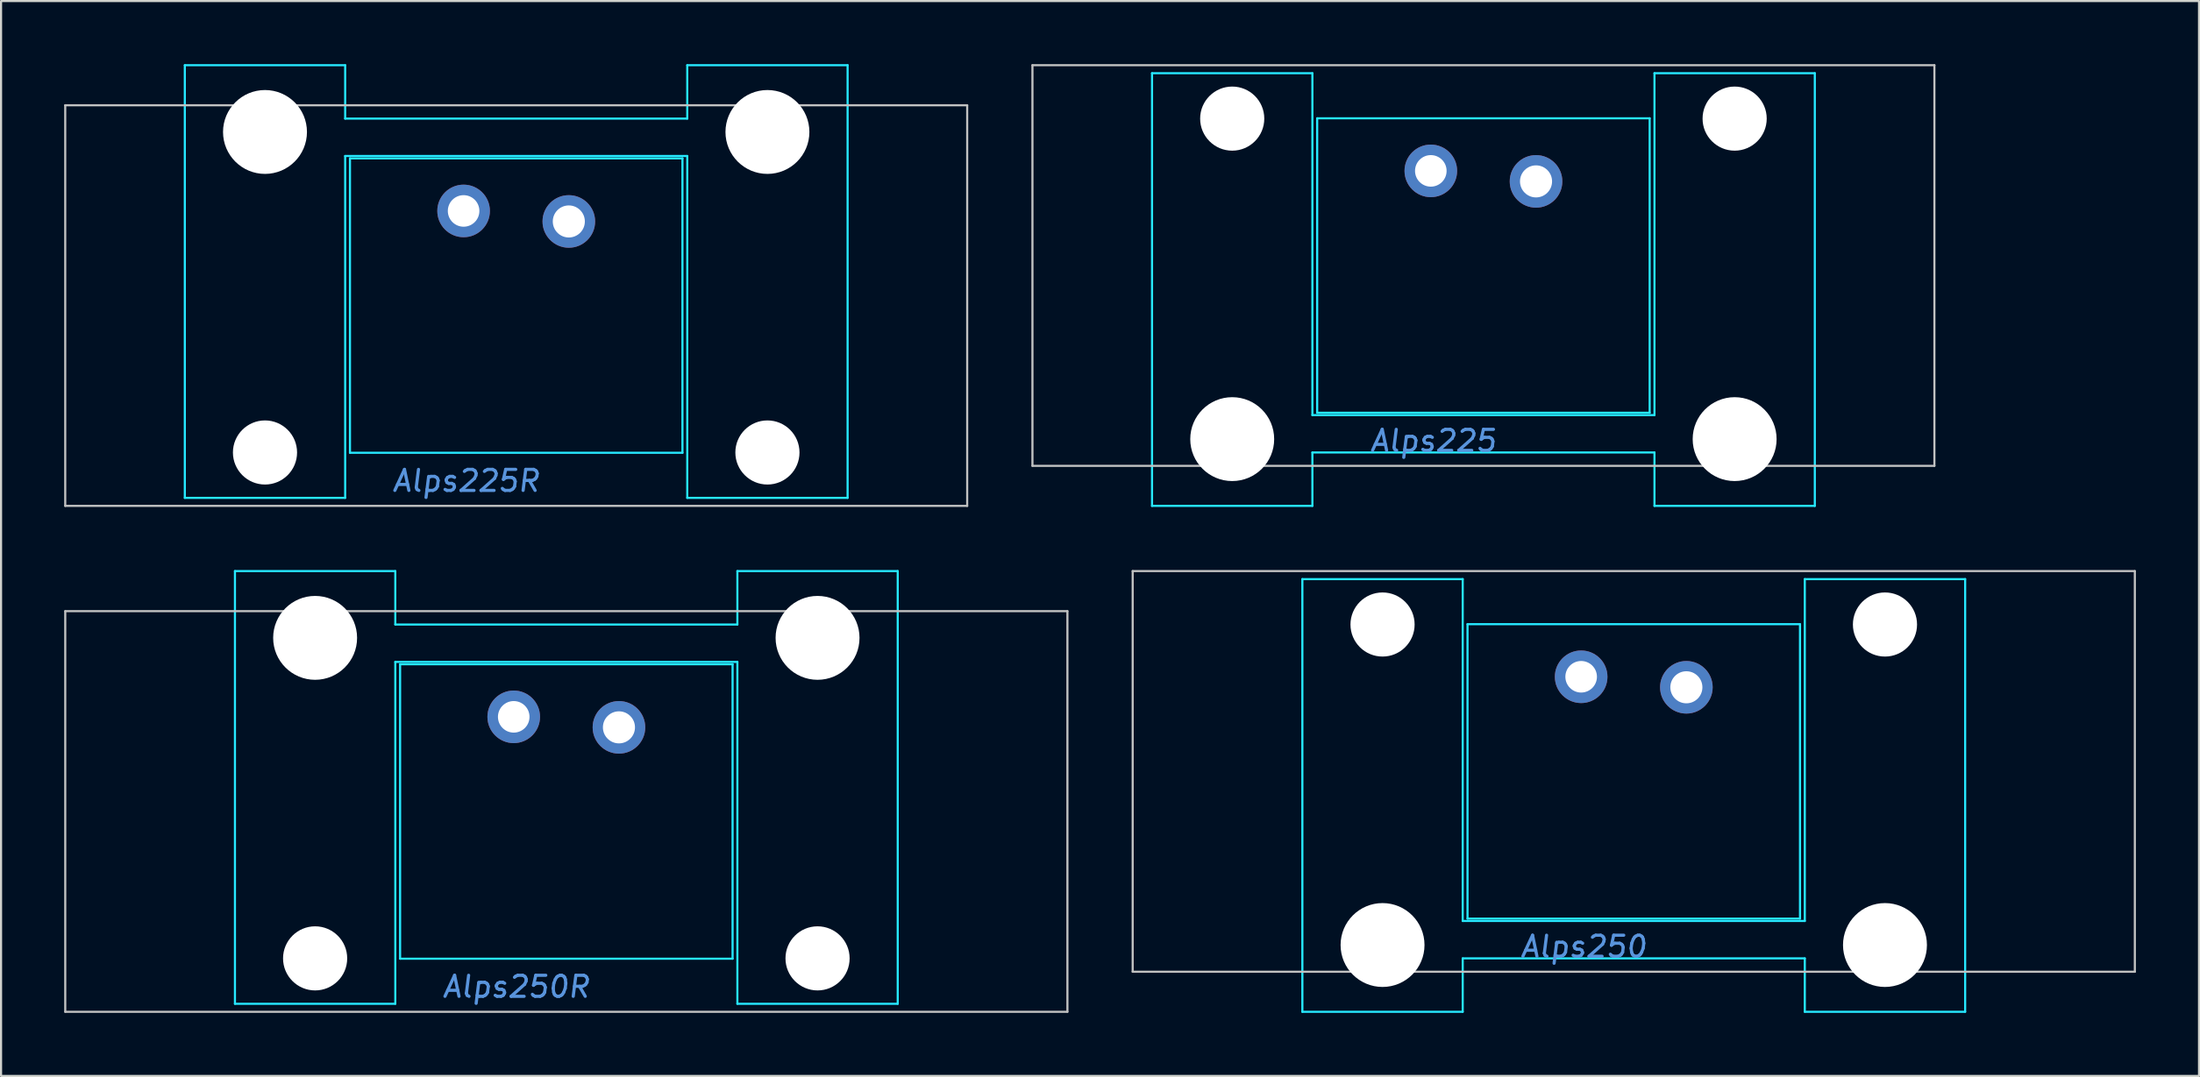
<source format=kicad_pcb>
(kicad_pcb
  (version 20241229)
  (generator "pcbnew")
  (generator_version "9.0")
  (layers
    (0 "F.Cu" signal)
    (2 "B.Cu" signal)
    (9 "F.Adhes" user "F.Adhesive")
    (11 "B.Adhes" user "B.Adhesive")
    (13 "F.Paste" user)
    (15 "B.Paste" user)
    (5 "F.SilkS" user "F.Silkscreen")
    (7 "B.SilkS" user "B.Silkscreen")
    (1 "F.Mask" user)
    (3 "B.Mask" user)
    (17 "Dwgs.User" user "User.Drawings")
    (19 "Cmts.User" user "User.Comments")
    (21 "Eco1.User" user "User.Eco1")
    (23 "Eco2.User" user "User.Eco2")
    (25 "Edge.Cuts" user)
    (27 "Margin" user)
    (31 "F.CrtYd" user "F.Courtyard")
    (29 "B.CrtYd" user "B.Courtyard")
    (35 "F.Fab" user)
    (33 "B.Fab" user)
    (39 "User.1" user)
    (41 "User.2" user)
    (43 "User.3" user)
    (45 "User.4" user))
  (footprint "Alps225"
    (layer "F.Cu")
    (at 67.444 9.575)
    (property "Reference" "Alps225" (at -2.381 8.334 0) (layer "Cmts.User") (effects (font (size 1 1) (thickness 0.15) (italic yes))))
    (attr through_hole)
    (fp_line (start -21.431 -9.525) (end -21.431 9.525) (stroke (width 0.1) (type solid)) (layer "Dwgs.User"))
    (fp_line (start 21.431 -9.525) (end -21.431 -9.525) (stroke (width 0.1) (type solid)) (layer "Dwgs.User"))
    (fp_line (start 21.431 -9.525) (end 21.431 9.525) (stroke (width 0.1) (type solid)) (layer "Dwgs.User"))
    (fp_line (start 21.431 9.525) (end -21.431 9.525) (stroke (width 0.1) (type solid)) (layer "Dwgs.User"))
    (fp_line (start -15.748 -9.144) (end -8.128 -9.144) (stroke (width 0.1) (type solid)) (layer "B.CrtYd"))
    (fp_line (start -15.748 11.43) (end -15.748 -9.144) (stroke (width 0.1) (type solid)) (layer "B.CrtYd"))
    (fp_line (start -8.128 -9.144) (end -8.128 7.112) (stroke (width 0.1) (type solid)) (layer "B.CrtYd"))
    (fp_line (start -8.128 7.112) (end 8.128 7.112) (stroke (width 0.1) (type solid)) (layer "B.CrtYd"))
    (fp_line (start -8.128 8.89) (end 8.128 8.89) (stroke (width 0.1) (type solid)) (layer "B.CrtYd"))
    (fp_line (start -8.128 11.43) (end -15.748 11.43) (stroke (width 0.1) (type solid)) (layer "B.CrtYd"))
    (fp_line (start -8.128 11.43) (end -8.128 8.89) (stroke (width 0.1) (type solid)) (layer "B.CrtYd"))
    (fp_line (start -7.9 -7) (end -7.9 7) (stroke (width 0.1) (type solid)) (layer "B.CrtYd"))
    (fp_line (start 7.9 -7) (end -7.9 -7) (stroke (width 0.1) (type solid)) (layer "B.CrtYd"))
    (fp_line (start 7.9 -7) (end 7.9 7) (stroke (width 0.1) (type solid)) (layer "B.CrtYd"))
    (fp_line (start 7.9 7) (end -7.9 7) (stroke (width 0.1) (type solid)) (layer "B.CrtYd"))
    (fp_line (start 8.128 -9.144) (end 8.128 7.112) (stroke (width 0.1) (type solid)) (layer "B.CrtYd"))
    (fp_line (start 8.128 -9.144) (end 15.748 -9.144) (stroke (width 0.1) (type solid)) (layer "B.CrtYd"))
    (fp_line (start 8.128 11.43) (end 8.128 8.89) (stroke (width 0.1) (type solid)) (layer "B.CrtYd"))
    (fp_line (start 15.748 -9.144) (end 15.748 11.43) (stroke (width 0.1) (type solid)) (layer "B.CrtYd"))
    (fp_line (start 15.748 11.43) (end 8.128 11.43) (stroke (width 0.1) (type solid)) (layer "B.CrtYd"))
    (pad "" np_thru_hole circle (at -11.938 -6.985 180) (size 3.048 3.048) (drill 3.048) (layers "*.Cu" "*.Mask"))
    (pad "" np_thru_hole circle (at -11.938 8.255 180) (size 3.988 3.988) (drill 3.988) (layers "*.Cu" "*.Mask"))
    (pad "" np_thru_hole circle (at 11.938 -6.985 180) (size 3.048 3.048) (drill 3.048) (layers "*.Cu" "*.Mask"))
    (pad "" np_thru_hole circle (at 11.938 8.255 180) (size 3.988 3.988) (drill 3.988) (layers "*.Cu" "*.Mask"))
    (pad "1" thru_hole circle (at -2.5 -4.5 45) (size 2.5 2.5) (drill 1.5) (layers "*.Cu" "*.Mask"))
    (pad "2" thru_hole circle (at 2.5 -4 45) (size 2.5 2.5) (drill 1.524) (layers "*.Cu" "*.Mask")))
  (footprint "Alps250R"
    (layer "F.Cu")
    (at 23.863 35.535)
    (property "Reference" "Alps250R" (at -2.381 8.334 0) (layer "Cmts.User") (effects (font (size 1 1) (thickness 0.15) (italic yes))))
    (attr through_hole)
    (fp_line (start -23.812 -9.525) (end -23.812 9.525) (stroke (width 0.1) (type solid)) (layer "Dwgs.User"))
    (fp_line (start 23.812 -9.525) (end -23.812 -9.525) (stroke (width 0.1) (type solid)) (layer "Dwgs.User"))
    (fp_line (start 23.812 -9.525) (end 23.812 9.525) (stroke (width 0.1) (type solid)) (layer "Dwgs.User"))
    (fp_line (start 23.812 9.525) (end -23.812 9.525) (stroke (width 0.1) (type solid)) (layer "Dwgs.User"))
    (fp_line (start -15.748 -11.43) (end -8.128 -11.43) (stroke (width 0.1) (type solid)) (layer "B.CrtYd"))
    (fp_line (start -15.748 9.144) (end -15.748 -11.43) (stroke (width 0.1) (type solid)) (layer "B.CrtYd"))
    (fp_line (start -8.128 -11.43) (end -8.128 -8.89) (stroke (width 0.1) (type solid)) (layer "B.CrtYd"))
    (fp_line (start -8.128 9.144) (end -15.748 9.144) (stroke (width 0.1) (type solid)) (layer "B.CrtYd"))
    (fp_line (start -8.128 9.144) (end -8.128 -7.112) (stroke (width 0.1) (type solid)) (layer "B.CrtYd"))
    (fp_line (start -7.9 -7) (end 7.9 -7) (stroke (width 0.1) (type solid)) (layer "B.CrtYd"))
    (fp_line (start -7.9 7) (end -7.9 -7) (stroke (width 0.1) (type solid)) (layer "B.CrtYd"))
    (fp_line (start -7.9 7) (end 7.9 7) (stroke (width 0.1) (type solid)) (layer "B.CrtYd"))
    (fp_line (start 7.9 7) (end 7.9 -7) (stroke (width 0.1) (type solid)) (layer "B.CrtYd"))
    (fp_line (start 8.128 -11.43) (end 8.128 -8.89) (stroke (width 0.1) (type solid)) (layer "B.CrtYd"))
    (fp_line (start 8.128 -11.43) (end 15.748 -11.43) (stroke (width 0.1) (type solid)) (layer "B.CrtYd"))
    (fp_line (start 8.128 -8.89) (end -8.128 -8.89) (stroke (width 0.1) (type solid)) (layer "B.CrtYd"))
    (fp_line (start 8.128 -7.112) (end -8.128 -7.112) (stroke (width 0.1) (type solid)) (layer "B.CrtYd"))
    (fp_line (start 8.128 9.144) (end 8.128 -7.112) (stroke (width 0.1) (type solid)) (layer "B.CrtYd"))
    (fp_line (start 15.748 -11.43) (end 15.748 9.144) (stroke (width 0.1) (type solid)) (layer "B.CrtYd"))
    (fp_line (start 15.748 9.144) (end 8.128 9.144) (stroke (width 0.1) (type solid)) (layer "B.CrtYd"))
    (pad "" np_thru_hole circle (at -11.938 -8.255) (size 3.988 3.988) (drill 3.988) (layers "*.Cu" "*.Mask"))
    (pad "" np_thru_hole circle (at -11.938 6.985) (size 3.048 3.048) (drill 3.048) (layers "*.Cu" "*.Mask"))
    (pad "" np_thru_hole circle (at 11.938 -8.255) (size 3.988 3.988) (drill 3.988) (layers "*.Cu" "*.Mask"))
    (pad "" np_thru_hole circle (at 11.938 6.985) (size 3.048 3.048) (drill 3.048) (layers "*.Cu" "*.Mask"))
    (pad "1" thru_hole circle (at -2.5 -4.5 45) (size 2.5 2.5) (drill 1.5) (layers "*.Cu" "*.Mask"))
    (pad "2" thru_hole circle (at 2.5 -4 45) (size 2.5 2.5) (drill 1.524) (layers "*.Cu" "*.Mask")))
  (footprint "Alps250"
    (layer "F.Cu")
    (at 74.588 33.63)
    (property "Reference" "Alps250" (at -2.381 8.334 0) (layer "Cmts.User") (effects (font (size 1 1) (thickness 0.15) (italic yes))))
    (attr through_hole)
    (fp_line (start -23.812 -9.525) (end -23.812 9.525) (stroke (width 0.1) (type solid)) (layer "Dwgs.User"))
    (fp_line (start 23.812 -9.525) (end -23.812 -9.525) (stroke (width 0.1) (type solid)) (layer "Dwgs.User"))
    (fp_line (start 23.812 -9.525) (end 23.812 9.525) (stroke (width 0.1) (type solid)) (layer "Dwgs.User"))
    (fp_line (start 23.812 9.525) (end -23.812 9.525) (stroke (width 0.1) (type solid)) (layer "Dwgs.User"))
    (fp_line (start -15.748 -9.144) (end -8.128 -9.144) (stroke (width 0.1) (type solid)) (layer "B.CrtYd"))
    (fp_line (start -15.748 11.43) (end -15.748 -9.144) (stroke (width 0.1) (type solid)) (layer "B.CrtYd"))
    (fp_line (start -8.128 -9.144) (end -8.128 7.112) (stroke (width 0.1) (type solid)) (layer "B.CrtYd"))
    (fp_line (start -8.128 7.112) (end 8.128 7.112) (stroke (width 0.1) (type solid)) (layer "B.CrtYd"))
    (fp_line (start -8.128 8.89) (end 8.128 8.89) (stroke (width 0.1) (type solid)) (layer "B.CrtYd"))
    (fp_line (start -8.128 11.43) (end -15.748 11.43) (stroke (width 0.1) (type solid)) (layer "B.CrtYd"))
    (fp_line (start -8.128 11.43) (end -8.128 8.89) (stroke (width 0.1) (type solid)) (layer "B.CrtYd"))
    (fp_line (start -7.9 -7) (end -7.9 7) (stroke (width 0.1) (type solid)) (layer "B.CrtYd"))
    (fp_line (start 7.9 -7) (end -7.9 -7) (stroke (width 0.1) (type solid)) (layer "B.CrtYd"))
    (fp_line (start 7.9 -7) (end 7.9 7) (stroke (width 0.1) (type solid)) (layer "B.CrtYd"))
    (fp_line (start 7.9 7) (end -7.9 7) (stroke (width 0.1) (type solid)) (layer "B.CrtYd"))
    (fp_line (start 8.128 -9.144) (end 8.128 7.112) (stroke (width 0.1) (type solid)) (layer "B.CrtYd"))
    (fp_line (start 8.128 -9.144) (end 15.748 -9.144) (stroke (width 0.1) (type solid)) (layer "B.CrtYd"))
    (fp_line (start 8.128 11.43) (end 8.128 8.89) (stroke (width 0.1) (type solid)) (layer "B.CrtYd"))
    (fp_line (start 15.748 -9.144) (end 15.748 11.43) (stroke (width 0.1) (type solid)) (layer "B.CrtYd"))
    (fp_line (start 15.748 11.43) (end 8.128 11.43) (stroke (width 0.1) (type solid)) (layer "B.CrtYd"))
    (pad "" np_thru_hole circle (at -11.938 -6.985 180) (size 3.048 3.048) (drill 3.048) (layers "*.Cu" "*.Mask"))
    (pad "" np_thru_hole circle (at -11.938 8.255 180) (size 3.988 3.988) (drill 3.988) (layers "*.Cu" "*.Mask"))
    (pad "" np_thru_hole circle (at 11.938 -6.985 180) (size 3.048 3.048) (drill 3.048) (layers "*.Cu" "*.Mask"))
    (pad "" np_thru_hole circle (at 11.938 8.255 180) (size 3.988 3.988) (drill 3.988) (layers "*.Cu" "*.Mask"))
    (pad "1" thru_hole circle (at -2.5 -4.5 45) (size 2.5 2.5) (drill 1.5) (layers "*.Cu" "*.Mask"))
    (pad "2" thru_hole circle (at 2.5 -4 45) (size 2.5 2.5) (drill 1.524) (layers "*.Cu" "*.Mask")))
  (footprint "Alps225R"
    (layer "F.Cu")
    (at 21.481 11.48)
    (property "Reference" "Alps225R" (at -2.381 8.334 0) (layer "Cmts.User") (effects (font (size 1 1) (thickness 0.15) (italic yes))))
    (attr through_hole)
    (fp_line (start -21.431 -9.525) (end -21.431 9.525) (stroke (width 0.1) (type solid)) (layer "Dwgs.User"))
    (fp_line (start 21.431 -9.525) (end -21.431 -9.525) (stroke (width 0.1) (type solid)) (layer "Dwgs.User"))
    (fp_line (start 21.431 -9.525) (end 21.431 9.525) (stroke (width 0.1) (type solid)) (layer "Dwgs.User"))
    (fp_line (start 21.431 9.525) (end -21.431 9.525) (stroke (width 0.1) (type solid)) (layer "Dwgs.User"))
    (fp_line (start -15.748 -11.43) (end -8.128 -11.43) (stroke (width 0.1) (type solid)) (layer "B.CrtYd"))
    (fp_line (start -15.748 9.144) (end -15.748 -11.43) (stroke (width 0.1) (type solid)) (layer "B.CrtYd"))
    (fp_line (start -8.128 -11.43) (end -8.128 -8.89) (stroke (width 0.1) (type solid)) (layer "B.CrtYd"))
    (fp_line (start -8.128 9.144) (end -15.748 9.144) (stroke (width 0.1) (type solid)) (layer "B.CrtYd"))
    (fp_line (start -8.128 9.144) (end -8.128 -7.112) (stroke (width 0.1) (type solid)) (layer "B.CrtYd"))
    (fp_line (start -7.9 -7) (end 7.9 -7) (stroke (width 0.1) (type solid)) (layer "B.CrtYd"))
    (fp_line (start -7.9 7) (end -7.9 -7) (stroke (width 0.1) (type solid)) (layer "B.CrtYd"))
    (fp_line (start -7.9 7) (end 7.9 7) (stroke (width 0.1) (type solid)) (layer "B.CrtYd"))
    (fp_line (start 7.9 7) (end 7.9 -7) (stroke (width 0.1) (type solid)) (layer "B.CrtYd"))
    (fp_line (start 8.128 -11.43) (end 8.128 -8.89) (stroke (width 0.1) (type solid)) (layer "B.CrtYd"))
    (fp_line (start 8.128 -11.43) (end 15.748 -11.43) (stroke (width 0.1) (type solid)) (layer "B.CrtYd"))
    (fp_line (start 8.128 -8.89) (end -8.128 -8.89) (stroke (width 0.1) (type solid)) (layer "B.CrtYd"))
    (fp_line (start 8.128 -7.112) (end -8.128 -7.112) (stroke (width 0.1) (type solid)) (layer "B.CrtYd"))
    (fp_line (start 8.128 9.144) (end 8.128 -7.112) (stroke (width 0.1) (type solid)) (layer "B.CrtYd"))
    (fp_line (start 15.748 -11.43) (end 15.748 9.144) (stroke (width 0.1) (type solid)) (layer "B.CrtYd"))
    (fp_line (start 15.748 9.144) (end 8.128 9.144) (stroke (width 0.1) (type solid)) (layer "B.CrtYd"))
    (pad "" np_thru_hole circle (at -11.938 -8.255) (size 3.988 3.988) (drill 3.988) (layers "*.Cu" "*.Mask"))
    (pad "" np_thru_hole circle (at -11.938 6.985) (size 3.048 3.048) (drill 3.048) (layers "*.Cu" "*.Mask"))
    (pad "" np_thru_hole circle (at 11.938 -8.255) (size 3.988 3.988) (drill 3.988) (layers "*.Cu" "*.Mask"))
    (pad "" np_thru_hole circle (at 11.938 6.985) (size 3.048 3.048) (drill 3.048) (layers "*.Cu" "*.Mask"))
    (pad "1" thru_hole circle (at -2.5 -4.5 45) (size 2.5 2.5) (drill 1.5) (layers "*.Cu" "*.Mask"))
    (pad "2" thru_hole circle (at 2.5 -4 45) (size 2.5 2.5) (drill 1.524) (layers "*.Cu" "*.Mask")))
  (gr_rect
    (start -3 -3)
    (end 101.45 48.11)
    (stroke (width 0.1) (type default))
    (fill no)
    (layer "Edge.Cuts")))
</source>
